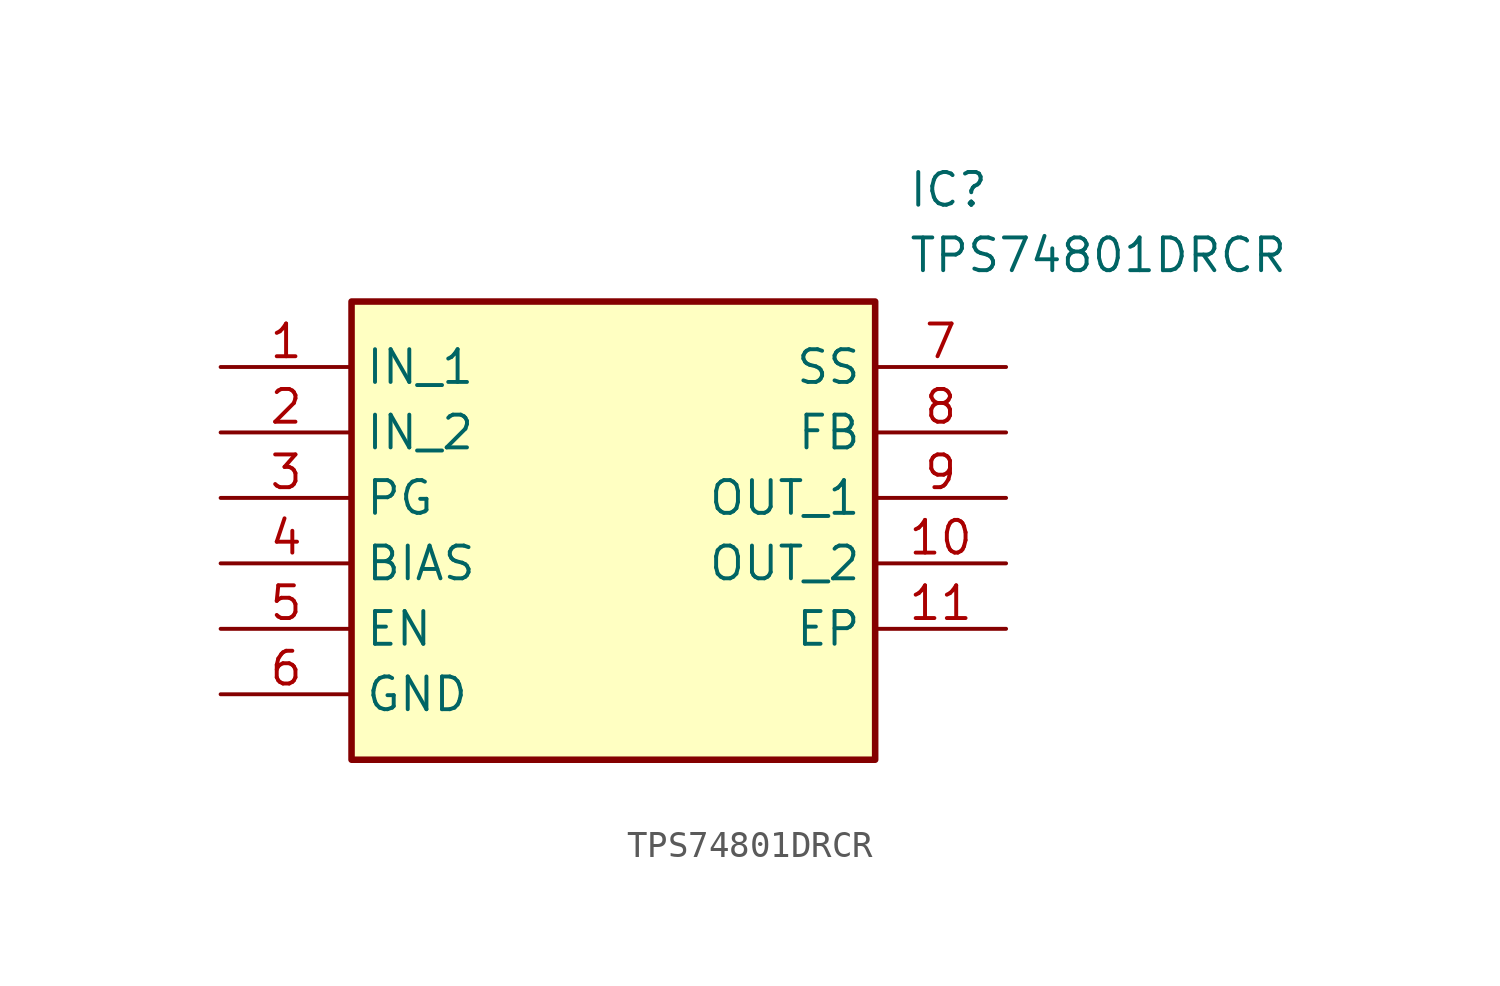
<source format=kicad_sym>
(kicad_symbol_lib
  (version 20211014)
  (generator SamacSys_ECAD_Model)
  (symbol "TPS74801DRCR"
    (property "Reference" "IC"
      (at 26.67 7.62 0)
      (effects (font (size 1.27 1.27)) (justify left top)))
    (property "Value" "TPS74801DRCR"
      (at 26.67 5.08 0)
      (effects (font (size 1.27 1.27)) (justify left top)))
    (rectangle
      (start 5.08 2.54)
      (end 25.4 -15.24)
      (stroke (width 0.254) (type default))
      (fill (type background)))
    (pin passive line
      (at 0 0 0)
      (length 5.08)
      (name "IN_1" (effects (font (size 1.27 1.27))))
      (number "1" (effects (font (size 1.27 1.27)))))
    (pin passive line
      (at 0 -2.54 0)
      (length 5.08)
      (name "IN_2" (effects (font (size 1.27 1.27))))
      (number "2" (effects (font (size 1.27 1.27)))))
    (pin passive line
      (at 0 -5.08 0)
      (length 5.08)
      (name "PG" (effects (font (size 1.27 1.27))))
      (number "3" (effects (font (size 1.27 1.27)))))
    (pin passive line
      (at 0 -7.62 0)
      (length 5.08)
      (name "BIAS" (effects (font (size 1.27 1.27))))
      (number "4" (effects (font (size 1.27 1.27)))))
    (pin passive line
      (at 0 -10.16 0)
      (length 5.08)
      (name "EN" (effects (font (size 1.27 1.27))))
      (number "5" (effects (font (size 1.27 1.27)))))
    (pin passive line
      (at 0 -12.7 0)
      (length 5.08)
      (name "GND" (effects (font (size 1.27 1.27))))
      (number "6" (effects (font (size 1.27 1.27)))))
    (pin passive line
      (at 30.48 0 180)
      (length 5.08)
      (name "SS" (effects (font (size 1.27 1.27))))
      (number "7" (effects (font (size 1.27 1.27)))))
    (pin passive line
      (at 30.48 -2.54 180)
      (length 5.08)
      (name "FB" (effects (font (size 1.27 1.27))))
      (number "8" (effects (font (size 1.27 1.27)))))
    (pin passive line
      (at 30.48 -5.08 180)
      (length 5.08)
      (name "OUT_1" (effects (font (size 1.27 1.27))))
      (number "9" (effects (font (size 1.27 1.27)))))
    (pin passive line
      (at 30.48 -7.62 180)
      (length 5.08)
      (name "OUT_2" (effects (font (size 1.27 1.27))))
      (number "10" (effects (font (size 1.27 1.27)))))
    (pin passive line
      (at 30.48 -10.16 180)
      (length 5.08)
      (name "EP" (effects (font (size 1.27 1.27))))
      (number "11" (effects (font (size 1.27 1.27)))))))
</source>
